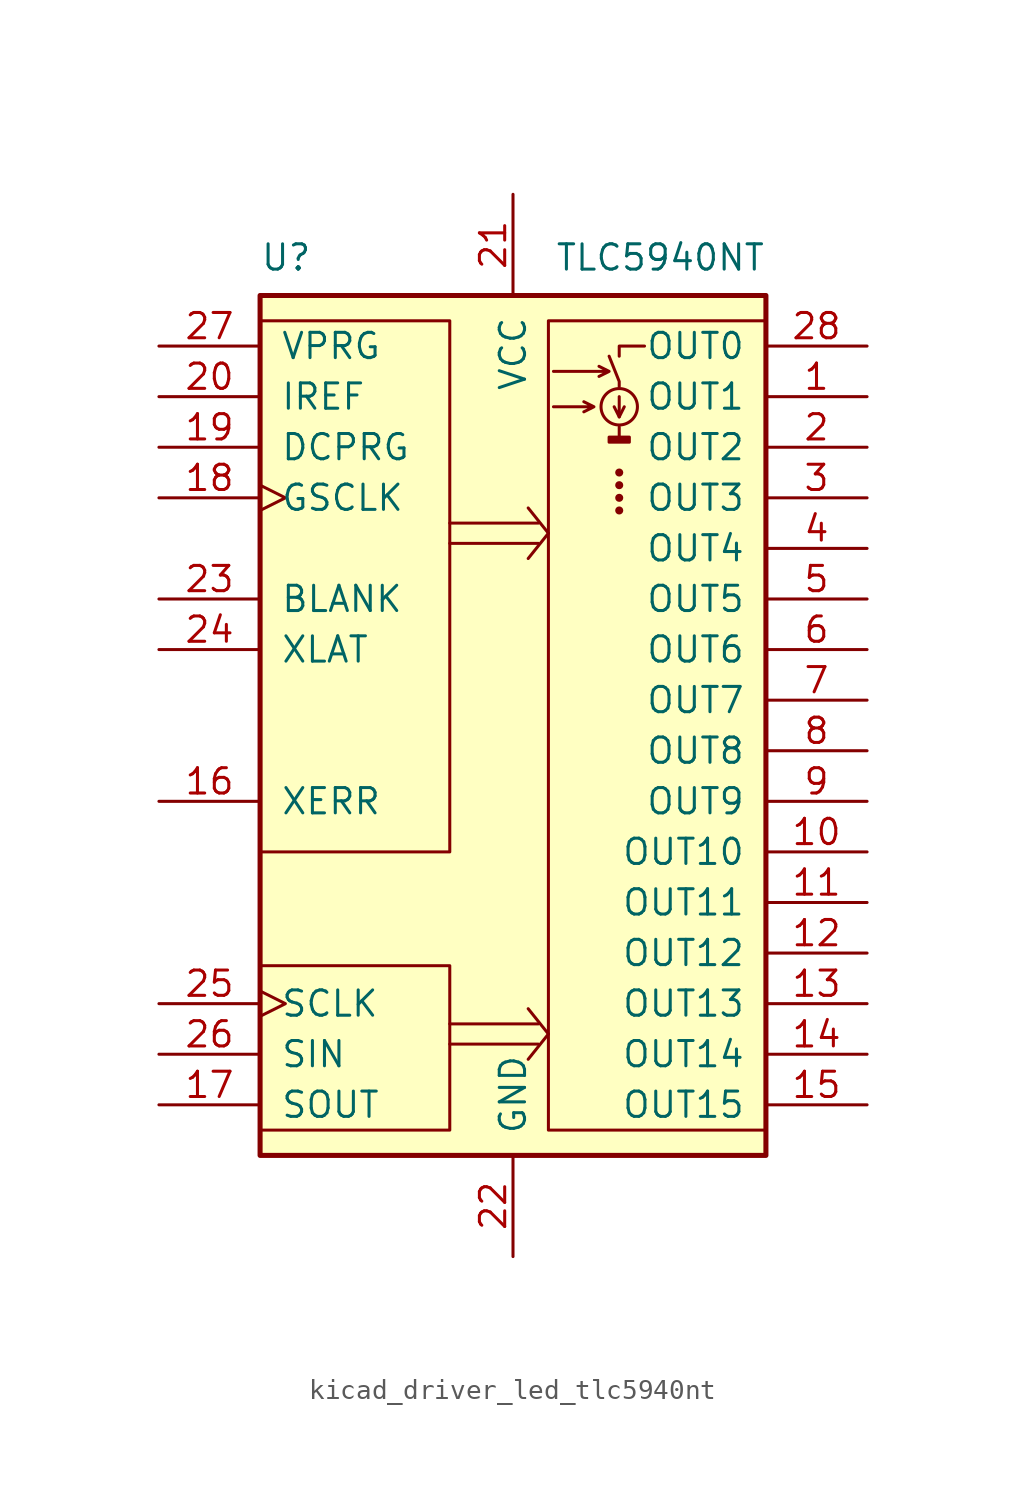
<source format=kicad_sym>
(kicad_symbol_lib
  (version 20220914)
  (generator kicad_symbol_editor)
  (symbol "kicad_driver_led_tlc5940nt"
    (pin_names
      (offset 1.016))
    (property "Reference" "U"
      (at -12.7 22.225 0)
      (effects (font (size 1.27 1.27)) (justify left)))
    (property "Value" "TLC5940NT"
      (at 12.7 22.225 0)
      (effects (font (size 1.27 1.27)) (justify right)))
    (symbol "kicad_driver_led_tlc5940nt_0_1"
      (rectangle (start -12.7 -21.59) (end -3.175 -13.335) (stroke (width 0) (type default)) (fill (type none)))
      (rectangle (start -12.7 19.05) (end -3.175 -7.62) (stroke (width 0) (type default)) (fill (type none)))
      (rectangle (start -12.7 20.32) (end 12.7 -22.86) (stroke (width 0.254) (type default)) (fill (type background)))
      (polyline (pts (xy -3.175 -16.256) (xy 1.27 -16.256)) (stroke (width 0) (type default)) (fill (type none)))
      (polyline (pts (xy -3.175 8.89) (xy 1.27 8.89)) (stroke (width 0) (type default)) (fill (type none)))
      (polyline (pts (xy 1.27 -17.272) (xy -3.175 -17.272)) (stroke (width 0) (type default)) (fill (type none)))
      (polyline (pts (xy 1.27 7.874) (xy -3.175 7.874)) (stroke (width 0) (type default)) (fill (type none)))
      (polyline (pts (xy 1.778 -16.764) (xy 0.762 -18.034)) (stroke (width 0) (type default)) (fill (type none)))
      (polyline (pts (xy 1.778 -16.764) (xy 0.762 -15.494)) (stroke (width 0) (type default)) (fill (type none)))
      (polyline (pts (xy 1.778 8.382) (xy 0.762 7.112)) (stroke (width 0) (type default)) (fill (type none)))
      (polyline (pts (xy 1.778 8.382) (xy 0.762 9.652)) (stroke (width 0) (type default)) (fill (type none)))
      (polyline (pts (xy 5.334 13.716) (xy 5.334 13.208)) (stroke (width 0) (type default)) (fill (type none)))
      (polyline (pts (xy 5.334 14.224) (xy 5.588 14.732)) (stroke (width 0) (type default)) (fill (type none)))
      (polyline (pts (xy 5.334 15.24) (xy 5.334 14.224) (xy 5.08 14.732)) (stroke (width 0) (type default)) (fill (type none)))
      (polyline (pts (xy 5.334 15.748) (xy 5.334 16.002) (xy 4.826 17.272)) (stroke (width 0) (type default)) (fill (type none)))
      (polyline (pts (xy 5.334 17.272) (xy 5.334 17.78) (xy 6.604 17.78)) (stroke (width 0) (type default)) (fill (type none)))
      (polyline (pts (xy 2.032 14.732) (xy 4.064 14.732) (xy 3.556 14.986) (xy 4.064 14.732) (xy 3.556 14.478)) (stroke (width 0) (type default)) (fill (type none)))
      (polyline (pts (xy 2.032 16.51) (xy 4.826 16.51) (xy 4.318 16.764) (xy 4.826 16.51) (xy 4.318 16.256)) (stroke (width 0) (type default)) (fill (type none)))
      (rectangle (start 1.778 19.05) (end 12.7 -21.59) (stroke (width 0) (type default)) (fill (type none)))
      (rectangle (start 4.826 13.208) (end 5.842 12.954) (stroke (width 0) (type default)) (fill (type outline)))
      (circle (center 5.334 9.525) (radius 0.127) (stroke (width 0) (type default)) (fill (type outline)))
      (circle (center 5.334 10.16) (radius 0.127) (stroke (width 0) (type default)) (fill (type outline)))
      (circle (center 5.334 10.795) (radius 0.127) (stroke (width 0) (type default)) (fill (type outline)))
      (circle (center 5.334 11.43) (radius 0.127) (stroke (width 0) (type default)) (fill (type outline)))
      (circle (center 5.334 14.732) (radius 0.914) (stroke (width 0) (type default)) (fill (type none))))
    (symbol "kicad_driver_led_tlc5940nt_1_1"
      (pin open_collector line (at 17.78 15.24 180) (length 5.08) (name "OUT1" (effects (font (size 1.27 1.27)))) (number "1" (effects (font (size 1.27 1.27)))))
      (pin open_collector line (at 17.78 -7.62 180) (length 5.08) (name "OUT10" (effects (font (size 1.27 1.27)))) (number "10" (effects (font (size 1.27 1.27)))))
      (pin open_collector line (at 17.78 -10.16 180) (length 5.08) (name "OUT11" (effects (font (size 1.27 1.27)))) (number "11" (effects (font (size 1.27 1.27)))))
      (pin open_collector line (at 17.78 -12.7 180) (length 5.08) (name "OUT12" (effects (font (size 1.27 1.27)))) (number "12" (effects (font (size 1.27 1.27)))))
      (pin open_collector line (at 17.78 -15.24 180) (length 5.08) (name "OUT13" (effects (font (size 1.27 1.27)))) (number "13" (effects (font (size 1.27 1.27)))))
      (pin open_collector line (at 17.78 -17.78 180) (length 5.08) (name "OUT14" (effects (font (size 1.27 1.27)))) (number "14" (effects (font (size 1.27 1.27)))))
      (pin open_collector line (at 17.78 -20.32 180) (length 5.08) (name "OUT15" (effects (font (size 1.27 1.27)))) (number "15" (effects (font (size 1.27 1.27)))))
      (pin open_collector line (at -17.78 -5.08 0) (length 5.08) (name "XERR" (effects (font (size 1.27 1.27)))) (number "16" (effects (font (size 1.27 1.27)))))
      (pin output line (at -17.78 -20.32 0) (length 5.08) (name "SOUT" (effects (font (size 1.27 1.27)))) (number "17" (effects (font (size 1.27 1.27)))))
      (pin input clock (at -17.78 10.16 0) (length 5.08) (name "GSCLK" (effects (font (size 1.27 1.27)))) (number "18" (effects (font (size 1.27 1.27)))))
      (pin input line (at -17.78 12.7 0) (length 5.08) (name "DCPRG" (effects (font (size 1.27 1.27)))) (number "19" (effects (font (size 1.27 1.27)))))
      (pin open_collector line (at 17.78 12.7 180) (length 5.08) (name "OUT2" (effects (font (size 1.27 1.27)))) (number "2" (effects (font (size 1.27 1.27)))))
      (pin input line (at -17.78 15.24 0) (length 5.08) (name "IREF" (effects (font (size 1.27 1.27)))) (number "20" (effects (font (size 1.27 1.27)))))
      (pin power_in line (at 0 25.4 270) (length 5.08) (name "VCC" (effects (font (size 1.27 1.27)))) (number "21" (effects (font (size 1.27 1.27)))))
      (pin power_in line (at 0 -27.94 90) (length 5.08) (name "GND" (effects (font (size 1.27 1.27)))) (number "22" (effects (font (size 1.27 1.27)))))
      (pin input line (at -17.78 5.08 0) (length 5.08) (name "BLANK" (effects (font (size 1.27 1.27)))) (number "23" (effects (font (size 1.27 1.27)))))
      (pin input line (at -17.78 2.54 0) (length 5.08) (name "XLAT" (effects (font (size 1.27 1.27)))) (number "24" (effects (font (size 1.27 1.27)))))
      (pin input clock (at -17.78 -15.24 0) (length 5.08) (name "SCLK" (effects (font (size 1.27 1.27)))) (number "25" (effects (font (size 1.27 1.27)))))
      (pin input line (at -17.78 -17.78 0) (length 5.08) (name "SIN" (effects (font (size 1.27 1.27)))) (number "26" (effects (font (size 1.27 1.27)))))
      (pin input line (at -17.78 17.78 0) (length 5.08) (name "VPRG" (effects (font (size 1.27 1.27)))) (number "27" (effects (font (size 1.27 1.27)))))
      (pin open_collector line (at 17.78 17.78 180) (length 5.08) (name "OUT0" (effects (font (size 1.27 1.27)))) (number "28" (effects (font (size 1.27 1.27)))))
      (pin open_collector line (at 17.78 10.16 180) (length 5.08) (name "OUT3" (effects (font (size 1.27 1.27)))) (number "3" (effects (font (size 1.27 1.27)))))
      (pin open_collector line (at 17.78 7.62 180) (length 5.08) (name "OUT4" (effects (font (size 1.27 1.27)))) (number "4" (effects (font (size 1.27 1.27)))))
      (pin open_collector line (at 17.78 5.08 180) (length 5.08) (name "OUT5" (effects (font (size 1.27 1.27)))) (number "5" (effects (font (size 1.27 1.27)))))
      (pin open_collector line (at 17.78 2.54 180) (length 5.08) (name "OUT6" (effects (font (size 1.27 1.27)))) (number "6" (effects (font (size 1.27 1.27)))))
      (pin open_collector line (at 17.78 0 180) (length 5.08) (name "OUT7" (effects (font (size 1.27 1.27)))) (number "7" (effects (font (size 1.27 1.27)))))
      (pin open_collector line (at 17.78 -2.54 180) (length 5.08) (name "OUT8" (effects (font (size 1.27 1.27)))) (number "8" (effects (font (size 1.27 1.27)))))
      (pin open_collector line (at 17.78 -5.08 180) (length 5.08) (name "OUT9" (effects (font (size 1.27 1.27)))) (number "9" (effects (font (size 1.27 1.27))))))))
</source>
